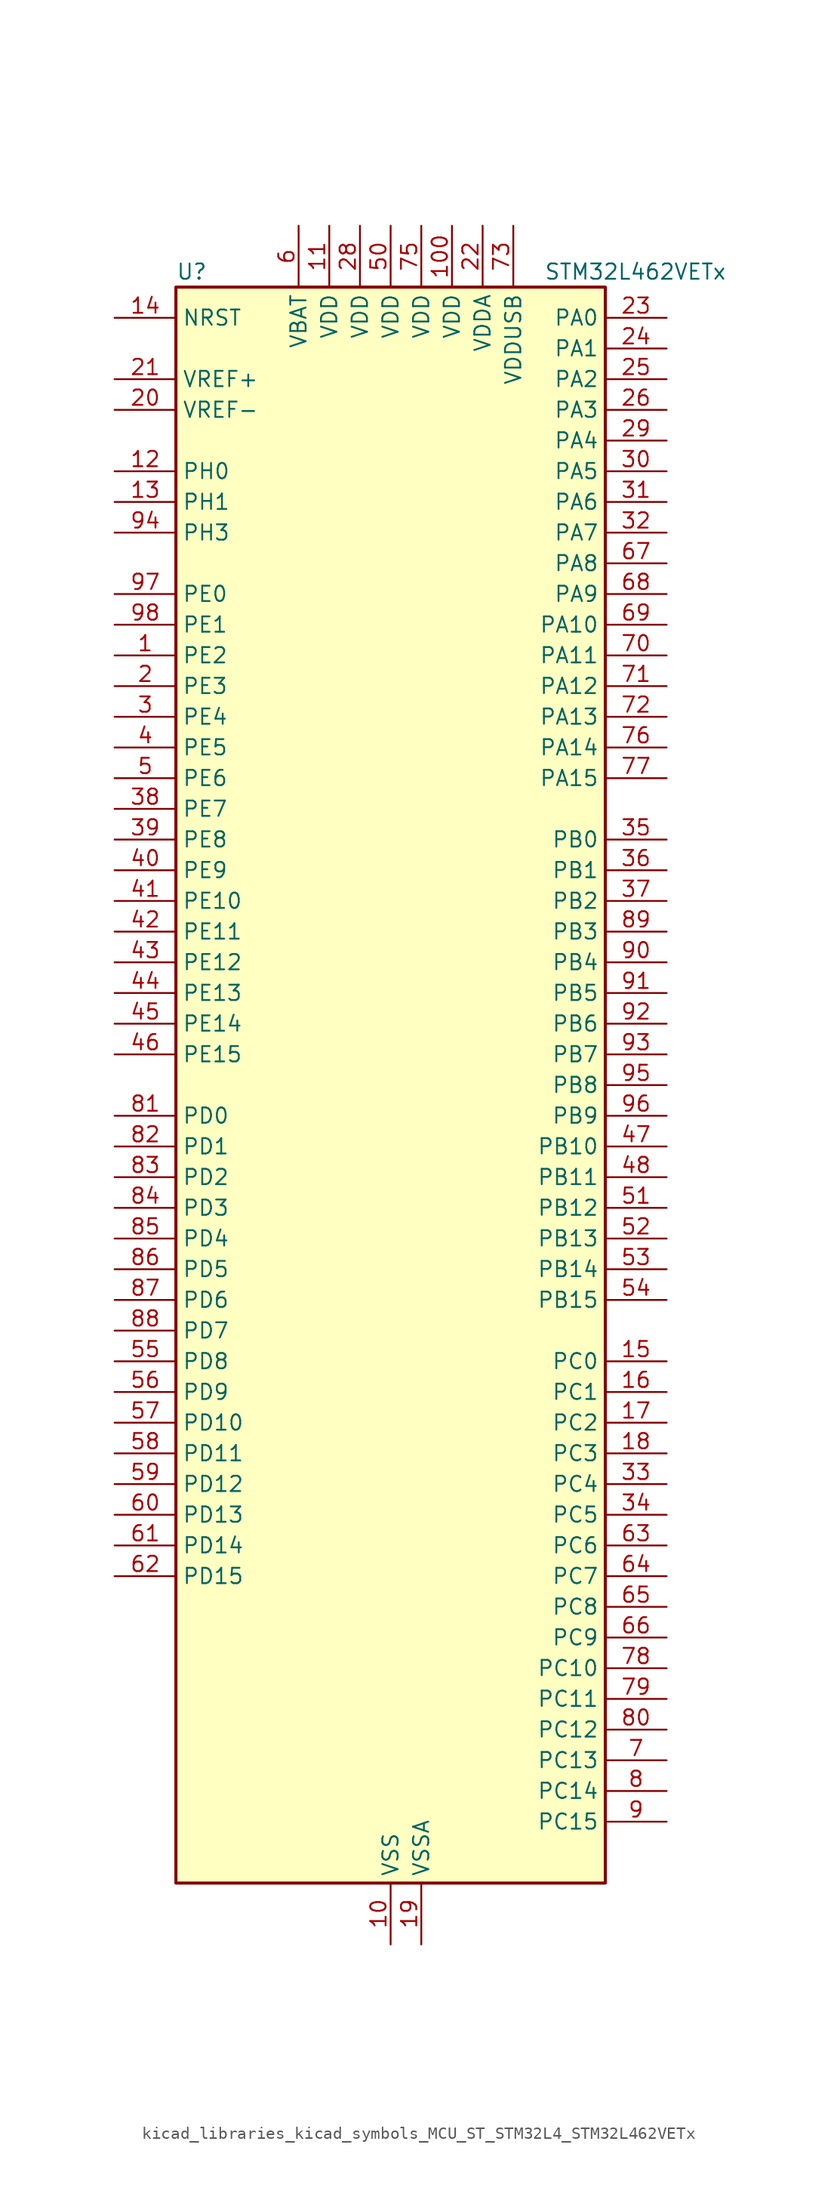
<source format=kicad_sym>
(kicad_symbol_lib
  (version 20220914)
  (generator kicad_symbol_editor)
  (symbol "kicad_libraries_kicad_symbols_MCU_ST_STM32L4_STM32L462VETx"
    (property "Reference" "U"
      (at -17.78 67.31 0)
      (effects (font (size 1.27 1.27)) (justify left)))
    (property "Value" "STM32L462VETx"
      (at 12.7 67.31 0)
      (effects (font (size 1.27 1.27)) (justify left)))
    (property "ki_locked" ""
      (at 0 0 0)
      (effects (font (size 1.27 1.27))))
    (symbol "kicad_libraries_kicad_symbols_MCU_ST_STM32L4_STM32L462VETx_0_1"
      (rectangle (start -17.78 -66.04) (end 17.78 66.04) (stroke (width 0.254) (type default)) (fill (type background))))
    (symbol "kicad_libraries_kicad_symbols_MCU_ST_STM32L4_STM32L462VETx_1_1"
      (pin bidirectional line (at -22.86 35.56 0) (length 5.08) (name "PE2" (effects (font (size 1.27 1.27)))) (number "1" (effects (font (size 1.27 1.27)))) (alternate "SAI1_MCLK_A" bidirectional line) (alternate "SYS_TRACECLK" bidirectional line) (alternate "TIM3_ETR" bidirectional line) (alternate "TSC_G7_IO1" bidirectional line))
      (pin power_in line (at 0 -71.12 90) (length 5.08) (name "VSS" (effects (font (size 1.27 1.27)))) (number "10" (effects (font (size 1.27 1.27)))))
      (pin power_in line (at 5.08 71.12 270) (length 5.08) (name "VDD" (effects (font (size 1.27 1.27)))) (number "100" (effects (font (size 1.27 1.27)))))
      (pin power_in line (at -5.08 71.12 270) (length 5.08) (name "VDD" (effects (font (size 1.27 1.27)))) (number "11" (effects (font (size 1.27 1.27)))))
      (pin bidirectional line (at -22.86 50.8 0) (length 5.08) (name "PH0" (effects (font (size 1.27 1.27)))) (number "12" (effects (font (size 1.27 1.27)))) (alternate "RCC_OSC_IN" bidirectional line))
      (pin bidirectional line (at -22.86 48.26 0) (length 5.08) (name "PH1" (effects (font (size 1.27 1.27)))) (number "13" (effects (font (size 1.27 1.27)))) (alternate "RCC_OSC_OUT" bidirectional line))
      (pin input line (at -22.86 63.5 0) (length 5.08) (name "NRST" (effects (font (size 1.27 1.27)))) (number "14" (effects (font (size 1.27 1.27)))))
      (pin bidirectional line (at 22.86 -22.86 180) (length 5.08) (name "PC0" (effects (font (size 1.27 1.27)))) (number "15" (effects (font (size 1.27 1.27)))) (alternate "ADC1_IN1" bidirectional line) (alternate "I2C3_SCL" bidirectional line) (alternate "I2C4_SCL" bidirectional line) (alternate "LPTIM1_IN1" bidirectional line) (alternate "LPTIM2_IN1" bidirectional line) (alternate "LPUART1_RX" bidirectional line))
      (pin bidirectional line (at 22.86 -25.4 180) (length 5.08) (name "PC1" (effects (font (size 1.27 1.27)))) (number "16" (effects (font (size 1.27 1.27)))) (alternate "ADC1_IN2" bidirectional line) (alternate "I2C3_SDA" bidirectional line) (alternate "I2C4_SDA" bidirectional line) (alternate "LPTIM1_OUT" bidirectional line) (alternate "LPUART1_TX" bidirectional line) (alternate "SYS_TRACED0" bidirectional line))
      (pin bidirectional line (at 22.86 -27.94 180) (length 5.08) (name "PC2" (effects (font (size 1.27 1.27)))) (number "17" (effects (font (size 1.27 1.27)))) (alternate "ADC1_IN3" bidirectional line) (alternate "DFSDM1_CKOUT" bidirectional line) (alternate "LPTIM1_IN2" bidirectional line) (alternate "SPI2_MISO" bidirectional line))
      (pin bidirectional line (at 22.86 -30.48 180) (length 5.08) (name "PC3" (effects (font (size 1.27 1.27)))) (number "18" (effects (font (size 1.27 1.27)))) (alternate "ADC1_IN4" bidirectional line) (alternate "LPTIM1_ETR" bidirectional line) (alternate "LPTIM2_ETR" bidirectional line) (alternate "SAI1_SD_A" bidirectional line) (alternate "SPI2_MOSI" bidirectional line))
      (pin power_in line (at 2.54 -71.12 90) (length 5.08) (name "VSSA" (effects (font (size 1.27 1.27)))) (number "19" (effects (font (size 1.27 1.27)))))
      (pin bidirectional line (at -22.86 33.02 0) (length 5.08) (name "PE3" (effects (font (size 1.27 1.27)))) (number "2" (effects (font (size 1.27 1.27)))) (alternate "SAI1_SD_B" bidirectional line) (alternate "SYS_TRACED0" bidirectional line) (alternate "TIM3_CH1" bidirectional line) (alternate "TSC_G7_IO2" bidirectional line))
      (pin input line (at -22.86 55.88 0) (length 5.08) (name "VREF-" (effects (font (size 1.27 1.27)))) (number "20" (effects (font (size 1.27 1.27)))))
      (pin input line (at -22.86 58.42 0) (length 5.08) (name "VREF+" (effects (font (size 1.27 1.27)))) (number "21" (effects (font (size 1.27 1.27)))) (alternate "VREFBUF_OUT" bidirectional line))
      (pin power_in line (at 7.62 71.12 270) (length 5.08) (name "VDDA" (effects (font (size 1.27 1.27)))) (number "22" (effects (font (size 1.27 1.27)))))
      (pin bidirectional line (at 22.86 63.5 180) (length 5.08) (name "PA0" (effects (font (size 1.27 1.27)))) (number "23" (effects (font (size 1.27 1.27)))) (alternate "ADC1_IN5" bidirectional line) (alternate "COMP1_INM" bidirectional line) (alternate "COMP1_OUT" bidirectional line) (alternate "OPAMP1_VINP" bidirectional line) (alternate "RTC_TAMP2" bidirectional line) (alternate "SAI1_EXTCLK" bidirectional line) (alternate "SYS_WKUP1" bidirectional line) (alternate "TIM2_CH1" bidirectional line) (alternate "TIM2_ETR" bidirectional line) (alternate "UART4_TX" bidirectional line) (alternate "USART2_CTS" bidirectional line))
      (pin bidirectional line (at 22.86 60.96 180) (length 5.08) (name "PA1" (effects (font (size 1.27 1.27)))) (number "24" (effects (font (size 1.27 1.27)))) (alternate "ADC1_IN6" bidirectional line) (alternate "COMP1_INP" bidirectional line) (alternate "I2C1_SMBA" bidirectional line) (alternate "OPAMP1_VINM" bidirectional line) (alternate "SPI1_SCK" bidirectional line) (alternate "TIM15_CH1N" bidirectional line) (alternate "TIM2_CH2" bidirectional line) (alternate "UART4_RX" bidirectional line) (alternate "USART2_DE" bidirectional line) (alternate "USART2_RTS" bidirectional line))
      (pin bidirectional line (at 22.86 58.42 180) (length 5.08) (name "PA2" (effects (font (size 1.27 1.27)))) (number "25" (effects (font (size 1.27 1.27)))) (alternate "ADC1_IN7" bidirectional line) (alternate "COMP2_INM" bidirectional line) (alternate "COMP2_OUT" bidirectional line) (alternate "LPUART1_TX" bidirectional line) (alternate "QUADSPI_BK1_NCS" bidirectional line) (alternate "RCC_LSCO" bidirectional line) (alternate "SYS_WKUP4" bidirectional line) (alternate "TIM15_CH1" bidirectional line) (alternate "TIM2_CH3" bidirectional line) (alternate "USART2_TX" bidirectional line))
      (pin bidirectional line (at 22.86 55.88 180) (length 5.08) (name "PA3" (effects (font (size 1.27 1.27)))) (number "26" (effects (font (size 1.27 1.27)))) (alternate "ADC1_IN8" bidirectional line) (alternate "COMP2_INP" bidirectional line) (alternate "LPUART1_RX" bidirectional line) (alternate "OPAMP1_VOUT" bidirectional line) (alternate "QUADSPI_CLK" bidirectional line) (alternate "SAI1_MCLK_A" bidirectional line) (alternate "TIM15_CH2" bidirectional line) (alternate "TIM2_CH4" bidirectional line) (alternate "USART2_RX" bidirectional line))
      (pin passive line (at 0 -71.12 90) (length 5.08) hide (name "VSS" (effects (font (size 1.27 1.27)))) (number "27" (effects (font (size 1.27 1.27)))))
      (pin power_in line (at -2.54 71.12 270) (length 5.08) (name "VDD" (effects (font (size 1.27 1.27)))) (number "28" (effects (font (size 1.27 1.27)))))
      (pin bidirectional line (at 22.86 53.34 180) (length 5.08) (name "PA4" (effects (font (size 1.27 1.27)))) (number "29" (effects (font (size 1.27 1.27)))) (alternate "ADC1_IN9" bidirectional line) (alternate "COMP1_INM" bidirectional line) (alternate "COMP2_INM" bidirectional line) (alternate "DAC1_OUT1" bidirectional line) (alternate "LPTIM2_OUT" bidirectional line) (alternate "SAI1_FS_B" bidirectional line) (alternate "SPI1_NSS" bidirectional line) (alternate "SPI3_NSS" bidirectional line) (alternate "USART2_CK" bidirectional line))
      (pin bidirectional line (at -22.86 30.48 0) (length 5.08) (name "PE4" (effects (font (size 1.27 1.27)))) (number "3" (effects (font (size 1.27 1.27)))) (alternate "DFSDM1_DATIN3" bidirectional line) (alternate "SAI1_FS_A" bidirectional line) (alternate "SYS_TRACED1" bidirectional line) (alternate "TIM3_CH2" bidirectional line) (alternate "TSC_G7_IO3" bidirectional line))
      (pin bidirectional line (at 22.86 50.8 180) (length 5.08) (name "PA5" (effects (font (size 1.27 1.27)))) (number "30" (effects (font (size 1.27 1.27)))) (alternate "ADC1_IN10" bidirectional line) (alternate "COMP1_INM" bidirectional line) (alternate "COMP2_INM" bidirectional line) (alternate "DFSDM1_CKOUT" bidirectional line) (alternate "LPTIM2_ETR" bidirectional line) (alternate "SPI1_SCK" bidirectional line) (alternate "TIM2_CH1" bidirectional line) (alternate "TIM2_ETR" bidirectional line))
      (pin bidirectional line (at 22.86 48.26 180) (length 5.08) (name "PA6" (effects (font (size 1.27 1.27)))) (number "31" (effects (font (size 1.27 1.27)))) (alternate "ADC1_IN11" bidirectional line) (alternate "COMP1_OUT" bidirectional line) (alternate "LPUART1_CTS" bidirectional line) (alternate "QUADSPI_BK1_IO3" bidirectional line) (alternate "SPI1_MISO" bidirectional line) (alternate "TIM16_CH1" bidirectional line) (alternate "TIM1_BKIN" bidirectional line) (alternate "TIM1_BKIN_COMP2" bidirectional line) (alternate "TIM3_CH1" bidirectional line) (alternate "USART3_CTS" bidirectional line))
      (pin bidirectional line (at 22.86 45.72 180) (length 5.08) (name "PA7" (effects (font (size 1.27 1.27)))) (number "32" (effects (font (size 1.27 1.27)))) (alternate "ADC1_IN12" bidirectional line) (alternate "COMP2_OUT" bidirectional line) (alternate "DFSDM1_DATIN0" bidirectional line) (alternate "I2C3_SCL" bidirectional line) (alternate "QUADSPI_BK1_IO2" bidirectional line) (alternate "SPI1_MOSI" bidirectional line) (alternate "TIM1_CH1N" bidirectional line) (alternate "TIM3_CH2" bidirectional line))
      (pin bidirectional line (at 22.86 -33.02 180) (length 5.08) (name "PC4" (effects (font (size 1.27 1.27)))) (number "33" (effects (font (size 1.27 1.27)))) (alternate "ADC1_IN13" bidirectional line) (alternate "COMP1_INM" bidirectional line) (alternate "USART3_TX" bidirectional line))
      (pin bidirectional line (at 22.86 -35.56 180) (length 5.08) (name "PC5" (effects (font (size 1.27 1.27)))) (number "34" (effects (font (size 1.27 1.27)))) (alternate "ADC1_IN14" bidirectional line) (alternate "COMP1_INP" bidirectional line) (alternate "SYS_WKUP5" bidirectional line) (alternate "USART3_RX" bidirectional line))
      (pin bidirectional line (at 22.86 20.32 180) (length 5.08) (name "PB0" (effects (font (size 1.27 1.27)))) (number "35" (effects (font (size 1.27 1.27)))) (alternate "ADC1_IN15" bidirectional line) (alternate "COMP1_OUT" bidirectional line) (alternate "DFSDM1_CKIN0" bidirectional line) (alternate "QUADSPI_BK1_IO1" bidirectional line) (alternate "SAI1_EXTCLK" bidirectional line) (alternate "SPI1_NSS" bidirectional line) (alternate "TIM1_CH2N" bidirectional line) (alternate "TIM3_CH3" bidirectional line) (alternate "USART3_CK" bidirectional line))
      (pin bidirectional line (at 22.86 17.78 180) (length 5.08) (name "PB1" (effects (font (size 1.27 1.27)))) (number "36" (effects (font (size 1.27 1.27)))) (alternate "ADC1_IN16" bidirectional line) (alternate "COMP1_INM" bidirectional line) (alternate "DFSDM1_DATIN0" bidirectional line) (alternate "LPTIM2_IN1" bidirectional line) (alternate "LPUART1_DE" bidirectional line) (alternate "LPUART1_RTS" bidirectional line) (alternate "QUADSPI_BK1_IO0" bidirectional line) (alternate "TIM1_CH3N" bidirectional line) (alternate "TIM3_CH4" bidirectional line) (alternate "USART3_DE" bidirectional line) (alternate "USART3_RTS" bidirectional line))
      (pin bidirectional line (at 22.86 15.24 180) (length 5.08) (name "PB2" (effects (font (size 1.27 1.27)))) (number "37" (effects (font (size 1.27 1.27)))) (alternate "COMP1_INP" bidirectional line) (alternate "DFSDM1_CKIN0" bidirectional line) (alternate "I2C3_SMBA" bidirectional line) (alternate "LPTIM1_OUT" bidirectional line) (alternate "RTC_OUT_ALARM" bidirectional line) (alternate "RTC_OUT_CALIB" bidirectional line))
      (pin bidirectional line (at -22.86 22.86 0) (length 5.08) (name "PE7" (effects (font (size 1.27 1.27)))) (number "38" (effects (font (size 1.27 1.27)))) (alternate "DFSDM1_DATIN2" bidirectional line) (alternate "SAI1_SD_B" bidirectional line) (alternate "TIM1_ETR" bidirectional line))
      (pin bidirectional line (at -22.86 20.32 0) (length 5.08) (name "PE8" (effects (font (size 1.27 1.27)))) (number "39" (effects (font (size 1.27 1.27)))) (alternate "DFSDM1_CKIN2" bidirectional line) (alternate "SAI1_SCK_B" bidirectional line) (alternate "TIM1_CH1N" bidirectional line))
      (pin bidirectional line (at -22.86 27.94 0) (length 5.08) (name "PE5" (effects (font (size 1.27 1.27)))) (number "4" (effects (font (size 1.27 1.27)))) (alternate "DFSDM1_CKIN3" bidirectional line) (alternate "SAI1_SCK_A" bidirectional line) (alternate "SYS_TRACED2" bidirectional line) (alternate "TIM3_CH3" bidirectional line) (alternate "TSC_G7_IO4" bidirectional line))
      (pin bidirectional line (at -22.86 17.78 0) (length 5.08) (name "PE9" (effects (font (size 1.27 1.27)))) (number "40" (effects (font (size 1.27 1.27)))) (alternate "DAC1_EXTI9" bidirectional line) (alternate "DFSDM1_CKOUT" bidirectional line) (alternate "SAI1_FS_B" bidirectional line) (alternate "TIM1_CH1" bidirectional line))
      (pin bidirectional line (at -22.86 15.24 0) (length 5.08) (name "PE10" (effects (font (size 1.27 1.27)))) (number "41" (effects (font (size 1.27 1.27)))) (alternate "QUADSPI_CLK" bidirectional line) (alternate "SAI1_MCLK_B" bidirectional line) (alternate "TIM1_CH2N" bidirectional line) (alternate "TSC_G5_IO1" bidirectional line))
      (pin bidirectional line (at -22.86 12.7 0) (length 5.08) (name "PE11" (effects (font (size 1.27 1.27)))) (number "42" (effects (font (size 1.27 1.27)))) (alternate "ADC1_EXTI11" bidirectional line) (alternate "QUADSPI_BK1_NCS" bidirectional line) (alternate "TIM1_CH2" bidirectional line) (alternate "TSC_G5_IO2" bidirectional line))
      (pin bidirectional line (at -22.86 10.16 0) (length 5.08) (name "PE12" (effects (font (size 1.27 1.27)))) (number "43" (effects (font (size 1.27 1.27)))) (alternate "QUADSPI_BK1_IO0" bidirectional line) (alternate "SPI1_NSS" bidirectional line) (alternate "TIM1_CH3N" bidirectional line) (alternate "TSC_G5_IO3" bidirectional line))
      (pin bidirectional line (at -22.86 7.62 0) (length 5.08) (name "PE13" (effects (font (size 1.27 1.27)))) (number "44" (effects (font (size 1.27 1.27)))) (alternate "QUADSPI_BK1_IO1" bidirectional line) (alternate "SPI1_SCK" bidirectional line) (alternate "TIM1_CH3" bidirectional line) (alternate "TSC_G5_IO4" bidirectional line))
      (pin bidirectional line (at -22.86 5.08 0) (length 5.08) (name "PE14" (effects (font (size 1.27 1.27)))) (number "45" (effects (font (size 1.27 1.27)))) (alternate "QUADSPI_BK1_IO2" bidirectional line) (alternate "SPI1_MISO" bidirectional line) (alternate "TIM1_BKIN2" bidirectional line) (alternate "TIM1_BKIN2_COMP2" bidirectional line) (alternate "TIM1_CH4" bidirectional line))
      (pin bidirectional line (at -22.86 2.54 0) (length 5.08) (name "PE15" (effects (font (size 1.27 1.27)))) (number "46" (effects (font (size 1.27 1.27)))) (alternate "ADC1_EXTI15" bidirectional line) (alternate "QUADSPI_BK1_IO3" bidirectional line) (alternate "SPI1_MOSI" bidirectional line) (alternate "TIM1_BKIN" bidirectional line) (alternate "TIM1_BKIN_COMP1" bidirectional line))
      (pin bidirectional line (at 22.86 -5.08 180) (length 5.08) (name "PB10" (effects (font (size 1.27 1.27)))) (number "47" (effects (font (size 1.27 1.27)))) (alternate "COMP1_OUT" bidirectional line) (alternate "I2C2_SCL" bidirectional line) (alternate "I2C4_SCL" bidirectional line) (alternate "LPUART1_RX" bidirectional line) (alternate "QUADSPI_CLK" bidirectional line) (alternate "SAI1_SCK_A" bidirectional line) (alternate "SPI2_SCK" bidirectional line) (alternate "TIM2_CH3" bidirectional line) (alternate "TSC_SYNC" bidirectional line) (alternate "USART3_TX" bidirectional line))
      (pin bidirectional line (at 22.86 -7.62 180) (length 5.08) (name "PB11" (effects (font (size 1.27 1.27)))) (number "48" (effects (font (size 1.27 1.27)))) (alternate "ADC1_EXTI11" bidirectional line) (alternate "COMP2_OUT" bidirectional line) (alternate "I2C2_SDA" bidirectional line) (alternate "I2C4_SDA" bidirectional line) (alternate "LPUART1_TX" bidirectional line) (alternate "QUADSPI_BK1_NCS" bidirectional line) (alternate "TIM2_CH4" bidirectional line) (alternate "USART3_RX" bidirectional line))
      (pin passive line (at 0 -71.12 90) (length 5.08) hide (name "VSS" (effects (font (size 1.27 1.27)))) (number "49" (effects (font (size 1.27 1.27)))))
      (pin bidirectional line (at -22.86 25.4 0) (length 5.08) (name "PE6" (effects (font (size 1.27 1.27)))) (number "5" (effects (font (size 1.27 1.27)))) (alternate "RTC_TAMP3" bidirectional line) (alternate "SAI1_SD_A" bidirectional line) (alternate "SYS_TRACED3" bidirectional line) (alternate "SYS_WKUP3" bidirectional line) (alternate "TIM3_CH4" bidirectional line))
      (pin power_in line (at 0 71.12 270) (length 5.08) (name "VDD" (effects (font (size 1.27 1.27)))) (number "50" (effects (font (size 1.27 1.27)))))
      (pin bidirectional line (at 22.86 -10.16 180) (length 5.08) (name "PB12" (effects (font (size 1.27 1.27)))) (number "51" (effects (font (size 1.27 1.27)))) (alternate "CAN1_RX" bidirectional line) (alternate "DFSDM1_DATIN1" bidirectional line) (alternate "I2C2_SMBA" bidirectional line) (alternate "LPUART1_DE" bidirectional line) (alternate "LPUART1_RTS" bidirectional line) (alternate "SAI1_FS_A" bidirectional line) (alternate "SPI2_NSS" bidirectional line) (alternate "TIM15_BKIN" bidirectional line) (alternate "TIM1_BKIN" bidirectional line) (alternate "TIM1_BKIN_COMP2" bidirectional line) (alternate "TSC_G1_IO1" bidirectional line) (alternate "USART3_CK" bidirectional line))
      (pin bidirectional line (at 22.86 -12.7 180) (length 5.08) (name "PB13" (effects (font (size 1.27 1.27)))) (number "52" (effects (font (size 1.27 1.27)))) (alternate "CAN1_TX" bidirectional line) (alternate "DFSDM1_CKIN1" bidirectional line) (alternate "I2C2_SCL" bidirectional line) (alternate "LPUART1_CTS" bidirectional line) (alternate "SAI1_SCK_A" bidirectional line) (alternate "SPI2_SCK" bidirectional line) (alternate "TIM15_CH1N" bidirectional line) (alternate "TIM1_CH1N" bidirectional line) (alternate "TSC_G1_IO2" bidirectional line) (alternate "USART3_CTS" bidirectional line))
      (pin bidirectional line (at 22.86 -15.24 180) (length 5.08) (name "PB14" (effects (font (size 1.27 1.27)))) (number "53" (effects (font (size 1.27 1.27)))) (alternate "DFSDM1_DATIN2" bidirectional line) (alternate "I2C2_SDA" bidirectional line) (alternate "SAI1_MCLK_A" bidirectional line) (alternate "SPI2_MISO" bidirectional line) (alternate "TIM15_CH1" bidirectional line) (alternate "TIM1_CH2N" bidirectional line) (alternate "TSC_G1_IO3" bidirectional line) (alternate "USART3_DE" bidirectional line) (alternate "USART3_RTS" bidirectional line))
      (pin bidirectional line (at 22.86 -17.78 180) (length 5.08) (name "PB15" (effects (font (size 1.27 1.27)))) (number "54" (effects (font (size 1.27 1.27)))) (alternate "ADC1_EXTI15" bidirectional line) (alternate "DFSDM1_CKIN2" bidirectional line) (alternate "RTC_REFIN" bidirectional line) (alternate "SAI1_SD_A" bidirectional line) (alternate "SPI2_MOSI" bidirectional line) (alternate "TIM15_CH2" bidirectional line) (alternate "TIM1_CH3N" bidirectional line) (alternate "TSC_G1_IO4" bidirectional line))
      (pin bidirectional line (at -22.86 -22.86 0) (length 5.08) (name "PD8" (effects (font (size 1.27 1.27)))) (number "55" (effects (font (size 1.27 1.27)))) (alternate "USART3_TX" bidirectional line))
      (pin bidirectional line (at -22.86 -25.4 0) (length 5.08) (name "PD9" (effects (font (size 1.27 1.27)))) (number "56" (effects (font (size 1.27 1.27)))) (alternate "DAC1_EXTI9" bidirectional line) (alternate "USART3_RX" bidirectional line))
      (pin bidirectional line (at -22.86 -27.94 0) (length 5.08) (name "PD10" (effects (font (size 1.27 1.27)))) (number "57" (effects (font (size 1.27 1.27)))) (alternate "TSC_G6_IO1" bidirectional line) (alternate "USART3_CK" bidirectional line))
      (pin bidirectional line (at -22.86 -30.48 0) (length 5.08) (name "PD11" (effects (font (size 1.27 1.27)))) (number "58" (effects (font (size 1.27 1.27)))) (alternate "ADC1_EXTI11" bidirectional line) (alternate "I2C4_SMBA" bidirectional line) (alternate "LPTIM2_ETR" bidirectional line) (alternate "TSC_G6_IO2" bidirectional line) (alternate "USART3_CTS" bidirectional line))
      (pin bidirectional line (at -22.86 -33.02 0) (length 5.08) (name "PD12" (effects (font (size 1.27 1.27)))) (number "59" (effects (font (size 1.27 1.27)))) (alternate "I2C4_SCL" bidirectional line) (alternate "LPTIM2_IN1" bidirectional line) (alternate "TSC_G6_IO3" bidirectional line) (alternate "USART3_DE" bidirectional line) (alternate "USART3_RTS" bidirectional line))
      (pin power_in line (at -7.62 71.12 270) (length 5.08) (name "VBAT" (effects (font (size 1.27 1.27)))) (number "6" (effects (font (size 1.27 1.27)))))
      (pin bidirectional line (at -22.86 -35.56 0) (length 5.08) (name "PD13" (effects (font (size 1.27 1.27)))) (number "60" (effects (font (size 1.27 1.27)))) (alternate "I2C4_SDA" bidirectional line) (alternate "LPTIM2_OUT" bidirectional line) (alternate "TSC_G6_IO4" bidirectional line))
      (pin bidirectional line (at -22.86 -38.1 0) (length 5.08) (name "PD14" (effects (font (size 1.27 1.27)))) (number "61" (effects (font (size 1.27 1.27)))))
      (pin bidirectional line (at -22.86 -40.64 0) (length 5.08) (name "PD15" (effects (font (size 1.27 1.27)))) (number "62" (effects (font (size 1.27 1.27)))) (alternate "ADC1_EXTI15" bidirectional line))
      (pin bidirectional line (at 22.86 -38.1 180) (length 5.08) (name "PC6" (effects (font (size 1.27 1.27)))) (number "63" (effects (font (size 1.27 1.27)))) (alternate "DFSDM1_CKIN3" bidirectional line) (alternate "SDMMC1_D6" bidirectional line) (alternate "TIM3_CH1" bidirectional line) (alternate "TSC_G4_IO1" bidirectional line))
      (pin bidirectional line (at 22.86 -40.64 180) (length 5.08) (name "PC7" (effects (font (size 1.27 1.27)))) (number "64" (effects (font (size 1.27 1.27)))) (alternate "DFSDM1_DATIN3" bidirectional line) (alternate "SDMMC1_D7" bidirectional line) (alternate "TIM3_CH2" bidirectional line) (alternate "TSC_G4_IO2" bidirectional line))
      (pin bidirectional line (at 22.86 -43.18 180) (length 5.08) (name "PC8" (effects (font (size 1.27 1.27)))) (number "65" (effects (font (size 1.27 1.27)))) (alternate "SDMMC1_D0" bidirectional line) (alternate "TIM3_CH3" bidirectional line) (alternate "TSC_G4_IO3" bidirectional line))
      (pin bidirectional line (at 22.86 -45.72 180) (length 5.08) (name "PC9" (effects (font (size 1.27 1.27)))) (number "66" (effects (font (size 1.27 1.27)))) (alternate "DAC1_EXTI9" bidirectional line) (alternate "SDMMC1_D1" bidirectional line) (alternate "TIM3_CH4" bidirectional line) (alternate "TSC_G4_IO4" bidirectional line) (alternate "USB_NOE" bidirectional line))
      (pin bidirectional line (at 22.86 43.18 180) (length 5.08) (name "PA8" (effects (font (size 1.27 1.27)))) (number "67" (effects (font (size 1.27 1.27)))) (alternate "DFSDM1_CKIN1" bidirectional line) (alternate "LPTIM2_OUT" bidirectional line) (alternate "RCC_MCO" bidirectional line) (alternate "SAI1_SCK_A" bidirectional line) (alternate "TIM1_CH1" bidirectional line) (alternate "USART1_CK" bidirectional line))
      (pin bidirectional line (at 22.86 40.64 180) (length 5.08) (name "PA9" (effects (font (size 1.27 1.27)))) (number "68" (effects (font (size 1.27 1.27)))) (alternate "DAC1_EXTI9" bidirectional line) (alternate "DFSDM1_DATIN1" bidirectional line) (alternate "I2C1_SCL" bidirectional line) (alternate "SAI1_FS_A" bidirectional line) (alternate "TIM15_BKIN" bidirectional line) (alternate "TIM1_CH2" bidirectional line) (alternate "USART1_TX" bidirectional line))
      (pin bidirectional line (at 22.86 38.1 180) (length 5.08) (name "PA10" (effects (font (size 1.27 1.27)))) (number "69" (effects (font (size 1.27 1.27)))) (alternate "CRS_SYNC" bidirectional line) (alternate "I2C1_SDA" bidirectional line) (alternate "SAI1_SD_A" bidirectional line) (alternate "TIM1_CH3" bidirectional line) (alternate "USART1_RX" bidirectional line))
      (pin bidirectional line (at 22.86 -55.88 180) (length 5.08) (name "PC13" (effects (font (size 1.27 1.27)))) (number "7" (effects (font (size 1.27 1.27)))) (alternate "RTC_OUT_ALARM" bidirectional line) (alternate "RTC_OUT_CALIB" bidirectional line) (alternate "RTC_TAMP1" bidirectional line) (alternate "RTC_TS" bidirectional line) (alternate "SYS_WKUP2" bidirectional line))
      (pin bidirectional line (at 22.86 35.56 180) (length 5.08) (name "PA11" (effects (font (size 1.27 1.27)))) (number "70" (effects (font (size 1.27 1.27)))) (alternate "ADC1_EXTI11" bidirectional line) (alternate "CAN1_RX" bidirectional line) (alternate "COMP1_OUT" bidirectional line) (alternate "SPI1_MISO" bidirectional line) (alternate "TIM1_BKIN2" bidirectional line) (alternate "TIM1_BKIN2_COMP1" bidirectional line) (alternate "TIM1_CH4" bidirectional line) (alternate "USART1_CTS" bidirectional line) (alternate "USB_DM" bidirectional line))
      (pin bidirectional line (at 22.86 33.02 180) (length 5.08) (name "PA12" (effects (font (size 1.27 1.27)))) (number "71" (effects (font (size 1.27 1.27)))) (alternate "CAN1_TX" bidirectional line) (alternate "SPI1_MOSI" bidirectional line) (alternate "TIM1_ETR" bidirectional line) (alternate "USART1_DE" bidirectional line) (alternate "USART1_RTS" bidirectional line) (alternate "USB_DP" bidirectional line))
      (pin bidirectional line (at 22.86 30.48 180) (length 5.08) (name "PA13" (effects (font (size 1.27 1.27)))) (number "72" (effects (font (size 1.27 1.27)))) (alternate "IR_OUT" bidirectional line) (alternate "SAI1_SD_B" bidirectional line) (alternate "SYS_JTMS-SWDIO" bidirectional line) (alternate "USB_NOE" bidirectional line))
      (pin power_in line (at 10.16 71.12 270) (length 5.08) (name "VDDUSB" (effects (font (size 1.27 1.27)))) (number "73" (effects (font (size 1.27 1.27)))))
      (pin passive line (at 0 -71.12 90) (length 5.08) hide (name "VSS" (effects (font (size 1.27 1.27)))) (number "74" (effects (font (size 1.27 1.27)))))
      (pin power_in line (at 2.54 71.12 270) (length 5.08) (name "VDD" (effects (font (size 1.27 1.27)))) (number "75" (effects (font (size 1.27 1.27)))))
      (pin bidirectional line (at 22.86 27.94 180) (length 5.08) (name "PA14" (effects (font (size 1.27 1.27)))) (number "76" (effects (font (size 1.27 1.27)))) (alternate "I2C1_SMBA" bidirectional line) (alternate "I2C4_SMBA" bidirectional line) (alternate "LPTIM1_OUT" bidirectional line) (alternate "SAI1_FS_B" bidirectional line) (alternate "SYS_JTCK-SWCLK" bidirectional line))
      (pin bidirectional line (at 22.86 25.4 180) (length 5.08) (name "PA15" (effects (font (size 1.27 1.27)))) (number "77" (effects (font (size 1.27 1.27)))) (alternate "ADC1_EXTI15" bidirectional line) (alternate "SPI1_NSS" bidirectional line) (alternate "SPI3_NSS" bidirectional line) (alternate "SYS_JTDI" bidirectional line) (alternate "TIM2_CH1" bidirectional line) (alternate "TIM2_ETR" bidirectional line) (alternate "TSC_G3_IO1" bidirectional line) (alternate "UART4_DE" bidirectional line) (alternate "UART4_RTS" bidirectional line) (alternate "USART2_RX" bidirectional line) (alternate "USART3_DE" bidirectional line) (alternate "USART3_RTS" bidirectional line))
      (pin bidirectional line (at 22.86 -48.26 180) (length 5.08) (name "PC10" (effects (font (size 1.27 1.27)))) (number "78" (effects (font (size 1.27 1.27)))) (alternate "SDMMC1_D2" bidirectional line) (alternate "SPI3_SCK" bidirectional line) (alternate "SYS_TRACED1" bidirectional line) (alternate "TSC_G3_IO2" bidirectional line) (alternate "UART4_TX" bidirectional line) (alternate "USART3_TX" bidirectional line))
      (pin bidirectional line (at 22.86 -50.8 180) (length 5.08) (name "PC11" (effects (font (size 1.27 1.27)))) (number "79" (effects (font (size 1.27 1.27)))) (alternate "ADC1_EXTI11" bidirectional line) (alternate "SDMMC1_D3" bidirectional line) (alternate "SPI3_MISO" bidirectional line) (alternate "TSC_G3_IO3" bidirectional line) (alternate "UART4_RX" bidirectional line) (alternate "USART3_RX" bidirectional line))
      (pin bidirectional line (at 22.86 -58.42 180) (length 5.08) (name "PC14" (effects (font (size 1.27 1.27)))) (number "8" (effects (font (size 1.27 1.27)))) (alternate "RCC_OSC32_IN" bidirectional line))
      (pin bidirectional line (at 22.86 -53.34 180) (length 5.08) (name "PC12" (effects (font (size 1.27 1.27)))) (number "80" (effects (font (size 1.27 1.27)))) (alternate "SDMMC1_CK" bidirectional line) (alternate "SPI3_MOSI" bidirectional line) (alternate "SYS_TRACED3" bidirectional line) (alternate "TSC_G3_IO4" bidirectional line) (alternate "USART3_CK" bidirectional line))
      (pin bidirectional line (at -22.86 -2.54 0) (length 5.08) (name "PD0" (effects (font (size 1.27 1.27)))) (number "81" (effects (font (size 1.27 1.27)))) (alternate "CAN1_RX" bidirectional line) (alternate "SPI2_NSS" bidirectional line))
      (pin bidirectional line (at -22.86 -5.08 0) (length 5.08) (name "PD1" (effects (font (size 1.27 1.27)))) (number "82" (effects (font (size 1.27 1.27)))) (alternate "CAN1_TX" bidirectional line) (alternate "SPI2_SCK" bidirectional line))
      (pin bidirectional line (at -22.86 -7.62 0) (length 5.08) (name "PD2" (effects (font (size 1.27 1.27)))) (number "83" (effects (font (size 1.27 1.27)))) (alternate "SDMMC1_CMD" bidirectional line) (alternate "SYS_TRACED2" bidirectional line) (alternate "TIM3_ETR" bidirectional line) (alternate "TSC_SYNC" bidirectional line) (alternate "USART3_DE" bidirectional line) (alternate "USART3_RTS" bidirectional line))
      (pin bidirectional line (at -22.86 -10.16 0) (length 5.08) (name "PD3" (effects (font (size 1.27 1.27)))) (number "84" (effects (font (size 1.27 1.27)))) (alternate "DFSDM1_DATIN0" bidirectional line) (alternate "QUADSPI_BK2_NCS" bidirectional line) (alternate "SPI2_MISO" bidirectional line) (alternate "USART2_CTS" bidirectional line))
      (pin bidirectional line (at -22.86 -12.7 0) (length 5.08) (name "PD4" (effects (font (size 1.27 1.27)))) (number "85" (effects (font (size 1.27 1.27)))) (alternate "DFSDM1_CKIN0" bidirectional line) (alternate "QUADSPI_BK2_IO0" bidirectional line) (alternate "SPI2_MOSI" bidirectional line) (alternate "USART2_DE" bidirectional line) (alternate "USART2_RTS" bidirectional line))
      (pin bidirectional line (at -22.86 -15.24 0) (length 5.08) (name "PD5" (effects (font (size 1.27 1.27)))) (number "86" (effects (font (size 1.27 1.27)))) (alternate "QUADSPI_BK2_IO1" bidirectional line) (alternate "USART2_TX" bidirectional line))
      (pin bidirectional line (at -22.86 -17.78 0) (length 5.08) (name "PD6" (effects (font (size 1.27 1.27)))) (number "87" (effects (font (size 1.27 1.27)))) (alternate "DFSDM1_DATIN1" bidirectional line) (alternate "QUADSPI_BK2_IO2" bidirectional line) (alternate "SAI1_SD_A" bidirectional line) (alternate "USART2_RX" bidirectional line))
      (pin bidirectional line (at -22.86 -20.32 0) (length 5.08) (name "PD7" (effects (font (size 1.27 1.27)))) (number "88" (effects (font (size 1.27 1.27)))) (alternate "DFSDM1_CKIN1" bidirectional line) (alternate "QUADSPI_BK2_IO3" bidirectional line) (alternate "USART2_CK" bidirectional line))
      (pin bidirectional line (at 22.86 12.7 180) (length 5.08) (name "PB3" (effects (font (size 1.27 1.27)))) (number "89" (effects (font (size 1.27 1.27)))) (alternate "COMP2_INM" bidirectional line) (alternate "SAI1_SCK_B" bidirectional line) (alternate "SPI1_SCK" bidirectional line) (alternate "SPI3_SCK" bidirectional line) (alternate "SYS_JTDO-SWO" bidirectional line) (alternate "TIM2_CH2" bidirectional line) (alternate "USART1_DE" bidirectional line) (alternate "USART1_RTS" bidirectional line))
      (pin bidirectional line (at 22.86 -60.96 180) (length 5.08) (name "PC15" (effects (font (size 1.27 1.27)))) (number "9" (effects (font (size 1.27 1.27)))) (alternate "ADC1_EXTI15" bidirectional line) (alternate "RCC_OSC32_OUT" bidirectional line))
      (pin bidirectional line (at 22.86 10.16 180) (length 5.08) (name "PB4" (effects (font (size 1.27 1.27)))) (number "90" (effects (font (size 1.27 1.27)))) (alternate "COMP2_INP" bidirectional line) (alternate "I2C3_SDA" bidirectional line) (alternate "SAI1_MCLK_B" bidirectional line) (alternate "SPI1_MISO" bidirectional line) (alternate "SPI3_MISO" bidirectional line) (alternate "SYS_JTRST" bidirectional line) (alternate "TIM3_CH1" bidirectional line) (alternate "TSC_G2_IO1" bidirectional line) (alternate "USART1_CTS" bidirectional line))
      (pin bidirectional line (at 22.86 7.62 180) (length 5.08) (name "PB5" (effects (font (size 1.27 1.27)))) (number "91" (effects (font (size 1.27 1.27)))) (alternate "CAN1_RX" bidirectional line) (alternate "COMP2_OUT" bidirectional line) (alternate "I2C1_SMBA" bidirectional line) (alternate "LPTIM1_IN1" bidirectional line) (alternate "SAI1_SD_B" bidirectional line) (alternate "SPI1_MOSI" bidirectional line) (alternate "SPI3_MOSI" bidirectional line) (alternate "TIM16_BKIN" bidirectional line) (alternate "TIM3_CH2" bidirectional line) (alternate "TSC_G2_IO2" bidirectional line) (alternate "USART1_CK" bidirectional line))
      (pin bidirectional line (at 22.86 5.08 180) (length 5.08) (name "PB6" (effects (font (size 1.27 1.27)))) (number "92" (effects (font (size 1.27 1.27)))) (alternate "CAN1_TX" bidirectional line) (alternate "COMP2_INP" bidirectional line) (alternate "I2C1_SCL" bidirectional line) (alternate "I2C4_SCL" bidirectional line) (alternate "LPTIM1_ETR" bidirectional line) (alternate "SAI1_FS_B" bidirectional line) (alternate "TIM16_CH1N" bidirectional line) (alternate "TSC_G2_IO3" bidirectional line) (alternate "USART1_TX" bidirectional line))
      (pin bidirectional line (at 22.86 2.54 180) (length 5.08) (name "PB7" (effects (font (size 1.27 1.27)))) (number "93" (effects (font (size 1.27 1.27)))) (alternate "COMP2_INM" bidirectional line) (alternate "I2C1_SDA" bidirectional line) (alternate "I2C4_SDA" bidirectional line) (alternate "LPTIM1_IN2" bidirectional line) (alternate "SYS_PVD_IN" bidirectional line) (alternate "TSC_G2_IO4" bidirectional line) (alternate "UART4_CTS" bidirectional line) (alternate "USART1_RX" bidirectional line))
      (pin bidirectional line (at -22.86 45.72 0) (length 5.08) (name "PH3" (effects (font (size 1.27 1.27)))) (number "94" (effects (font (size 1.27 1.27)))))
      (pin bidirectional line (at 22.86 0 180) (length 5.08) (name "PB8" (effects (font (size 1.27 1.27)))) (number "95" (effects (font (size 1.27 1.27)))) (alternate "CAN1_RX" bidirectional line) (alternate "I2C1_SCL" bidirectional line) (alternate "SAI1_MCLK_A" bidirectional line) (alternate "SDMMC1_D4" bidirectional line) (alternate "TIM16_CH1" bidirectional line))
      (pin bidirectional line (at 22.86 -2.54 180) (length 5.08) (name "PB9" (effects (font (size 1.27 1.27)))) (number "96" (effects (font (size 1.27 1.27)))) (alternate "CAN1_TX" bidirectional line) (alternate "DAC1_EXTI9" bidirectional line) (alternate "I2C1_SDA" bidirectional line) (alternate "IR_OUT" bidirectional line) (alternate "SAI1_FS_A" bidirectional line) (alternate "SDMMC1_D5" bidirectional line) (alternate "SPI2_NSS" bidirectional line))
      (pin bidirectional line (at -22.86 40.64 0) (length 5.08) (name "PE0" (effects (font (size 1.27 1.27)))) (number "97" (effects (font (size 1.27 1.27)))) (alternate "TIM16_CH1" bidirectional line))
      (pin bidirectional line (at -22.86 38.1 0) (length 5.08) (name "PE1" (effects (font (size 1.27 1.27)))) (number "98" (effects (font (size 1.27 1.27)))))
      (pin passive line (at 0 -71.12 90) (length 5.08) hide (name "VSS" (effects (font (size 1.27 1.27)))) (number "99" (effects (font (size 1.27 1.27))))))))
</source>
